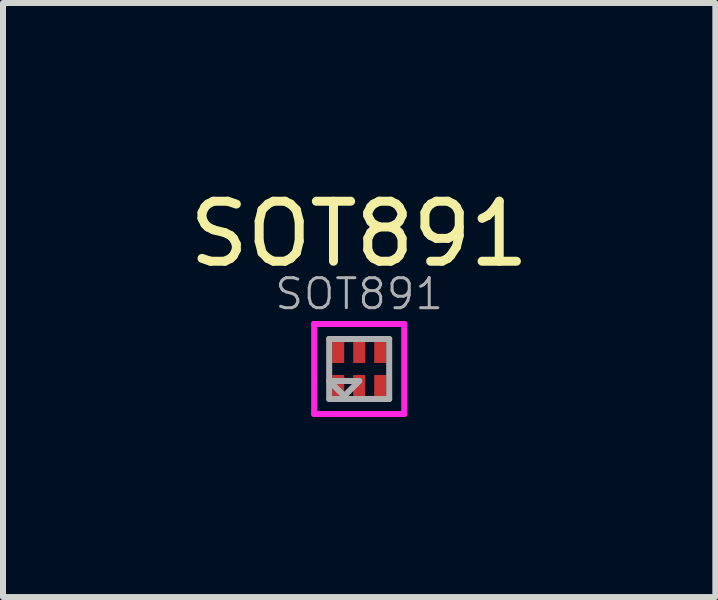
<source format=kicad_pcb>
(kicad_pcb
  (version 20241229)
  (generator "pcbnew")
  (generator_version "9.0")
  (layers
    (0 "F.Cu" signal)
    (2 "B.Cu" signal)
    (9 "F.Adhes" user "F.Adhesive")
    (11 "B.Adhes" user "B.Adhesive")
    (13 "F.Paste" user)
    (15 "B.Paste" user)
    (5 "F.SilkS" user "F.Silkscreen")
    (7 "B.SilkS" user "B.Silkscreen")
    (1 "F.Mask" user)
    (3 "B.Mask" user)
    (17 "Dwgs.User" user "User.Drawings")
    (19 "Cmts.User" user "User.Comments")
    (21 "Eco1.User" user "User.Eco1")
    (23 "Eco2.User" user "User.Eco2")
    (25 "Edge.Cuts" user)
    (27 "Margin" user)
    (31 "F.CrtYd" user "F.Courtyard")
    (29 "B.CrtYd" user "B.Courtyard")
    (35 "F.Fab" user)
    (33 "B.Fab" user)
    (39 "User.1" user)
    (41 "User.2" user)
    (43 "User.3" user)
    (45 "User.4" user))
  (footprint "SOT891"
    (layer "F.Cu")
    (at 2.935 3.098)
    (property "Reference" "SOT891" (at 0 -2.25 0) (layer "F.SilkS") (effects (font (size 1 1) (thickness 0.15))))
    (attr smd)
    (fp_line (start -0.75 -0.75) (end -0.75 -0.75) (stroke (width 0.1) (type solid)) (layer "F.CrtYd"))
    (fp_line (start -0.75 -0.75) (end 0.75 -0.75) (stroke (width 0.1) (type solid)) (layer "F.CrtYd"))
    (fp_line (start -0.75 0.75) (end -0.75 -0.75) (stroke (width 0.1) (type solid)) (layer "F.CrtYd"))
    (fp_line (start 0.75 -0.75) (end 0.75 0.75) (stroke (width 0.1) (type solid)) (layer "F.CrtYd"))
    (fp_line (start 0.75 0.75) (end -0.75 0.75) (stroke (width 0.1) (type solid)) (layer "F.CrtYd"))
    (fp_line (start -0.5 -0.5) (end 0.5 -0.5) (stroke (width 0.1) (type solid)) (layer "F.Fab"))
    (fp_line (start -0.5 0.2) (end -0.2 0.5) (stroke (width 0.1) (type solid)) (layer "F.Fab"))
    (fp_line (start -0.5 0.5) (end -0.5 -0.5) (stroke (width 0.1) (type solid)) (layer "F.Fab"))
    (fp_line (start -0.3 0.5) (end 0 0.2) (stroke (width 0.1) (type solid)) (layer "F.Fab"))
    (fp_line (start -0.2 0.5) (end -0.2 0.5) (stroke (width 0.1) (type solid)) (layer "F.Fab"))
    (fp_line (start 0 0.2) (end -0.5 0.2) (stroke (width 0.1) (type solid)) (layer "F.Fab"))
    (fp_line (start 0.5 -0.5) (end 0.5 0.5) (stroke (width 0.1) (type solid)) (layer "F.Fab"))
    (fp_line (start 0.5 0.5) (end -0.5 0.5) (stroke (width 0.1) (type solid)) (layer "F.Fab"))
    (fp_text user "${REFERENCE}" (at 0 -1.25 0) (layer "F.Fab") (effects (font (size 0.5 0.5) (thickness 0.05))))
    (pad "1" smd rect (at -0.35 0.275) (size 0.2 0.35) (layers "F.Cu" "F.Mask" "F.Paste"))
    (pad "2" smd rect (at 0 0.275) (size 0.2 0.35) (layers "F.Cu" "F.Mask" "F.Paste"))
    (pad "3" smd rect (at 0.35 0.275) (size 0.2 0.35) (layers "F.Cu" "F.Mask" "F.Paste"))
    (pad "4" smd rect (at 0.35 -0.275) (size 0.2 0.35) (layers "F.Cu" "F.Mask" "F.Paste"))
    (pad "5" smd rect (at 0 -0.275) (size 0.2 0.35) (layers "F.Cu" "F.Mask" "F.Paste"))
    (pad "6" smd rect (at -0.35 -0.275) (size 0.2 0.35) (layers "F.Cu" "F.Mask" "F.Paste")))
  (gr_rect
    (start -3 -3)
    (end 8.869 6.898)
    (stroke (width 0.1) (type default))
    (fill no)
    (layer "Edge.Cuts")))
</source>
